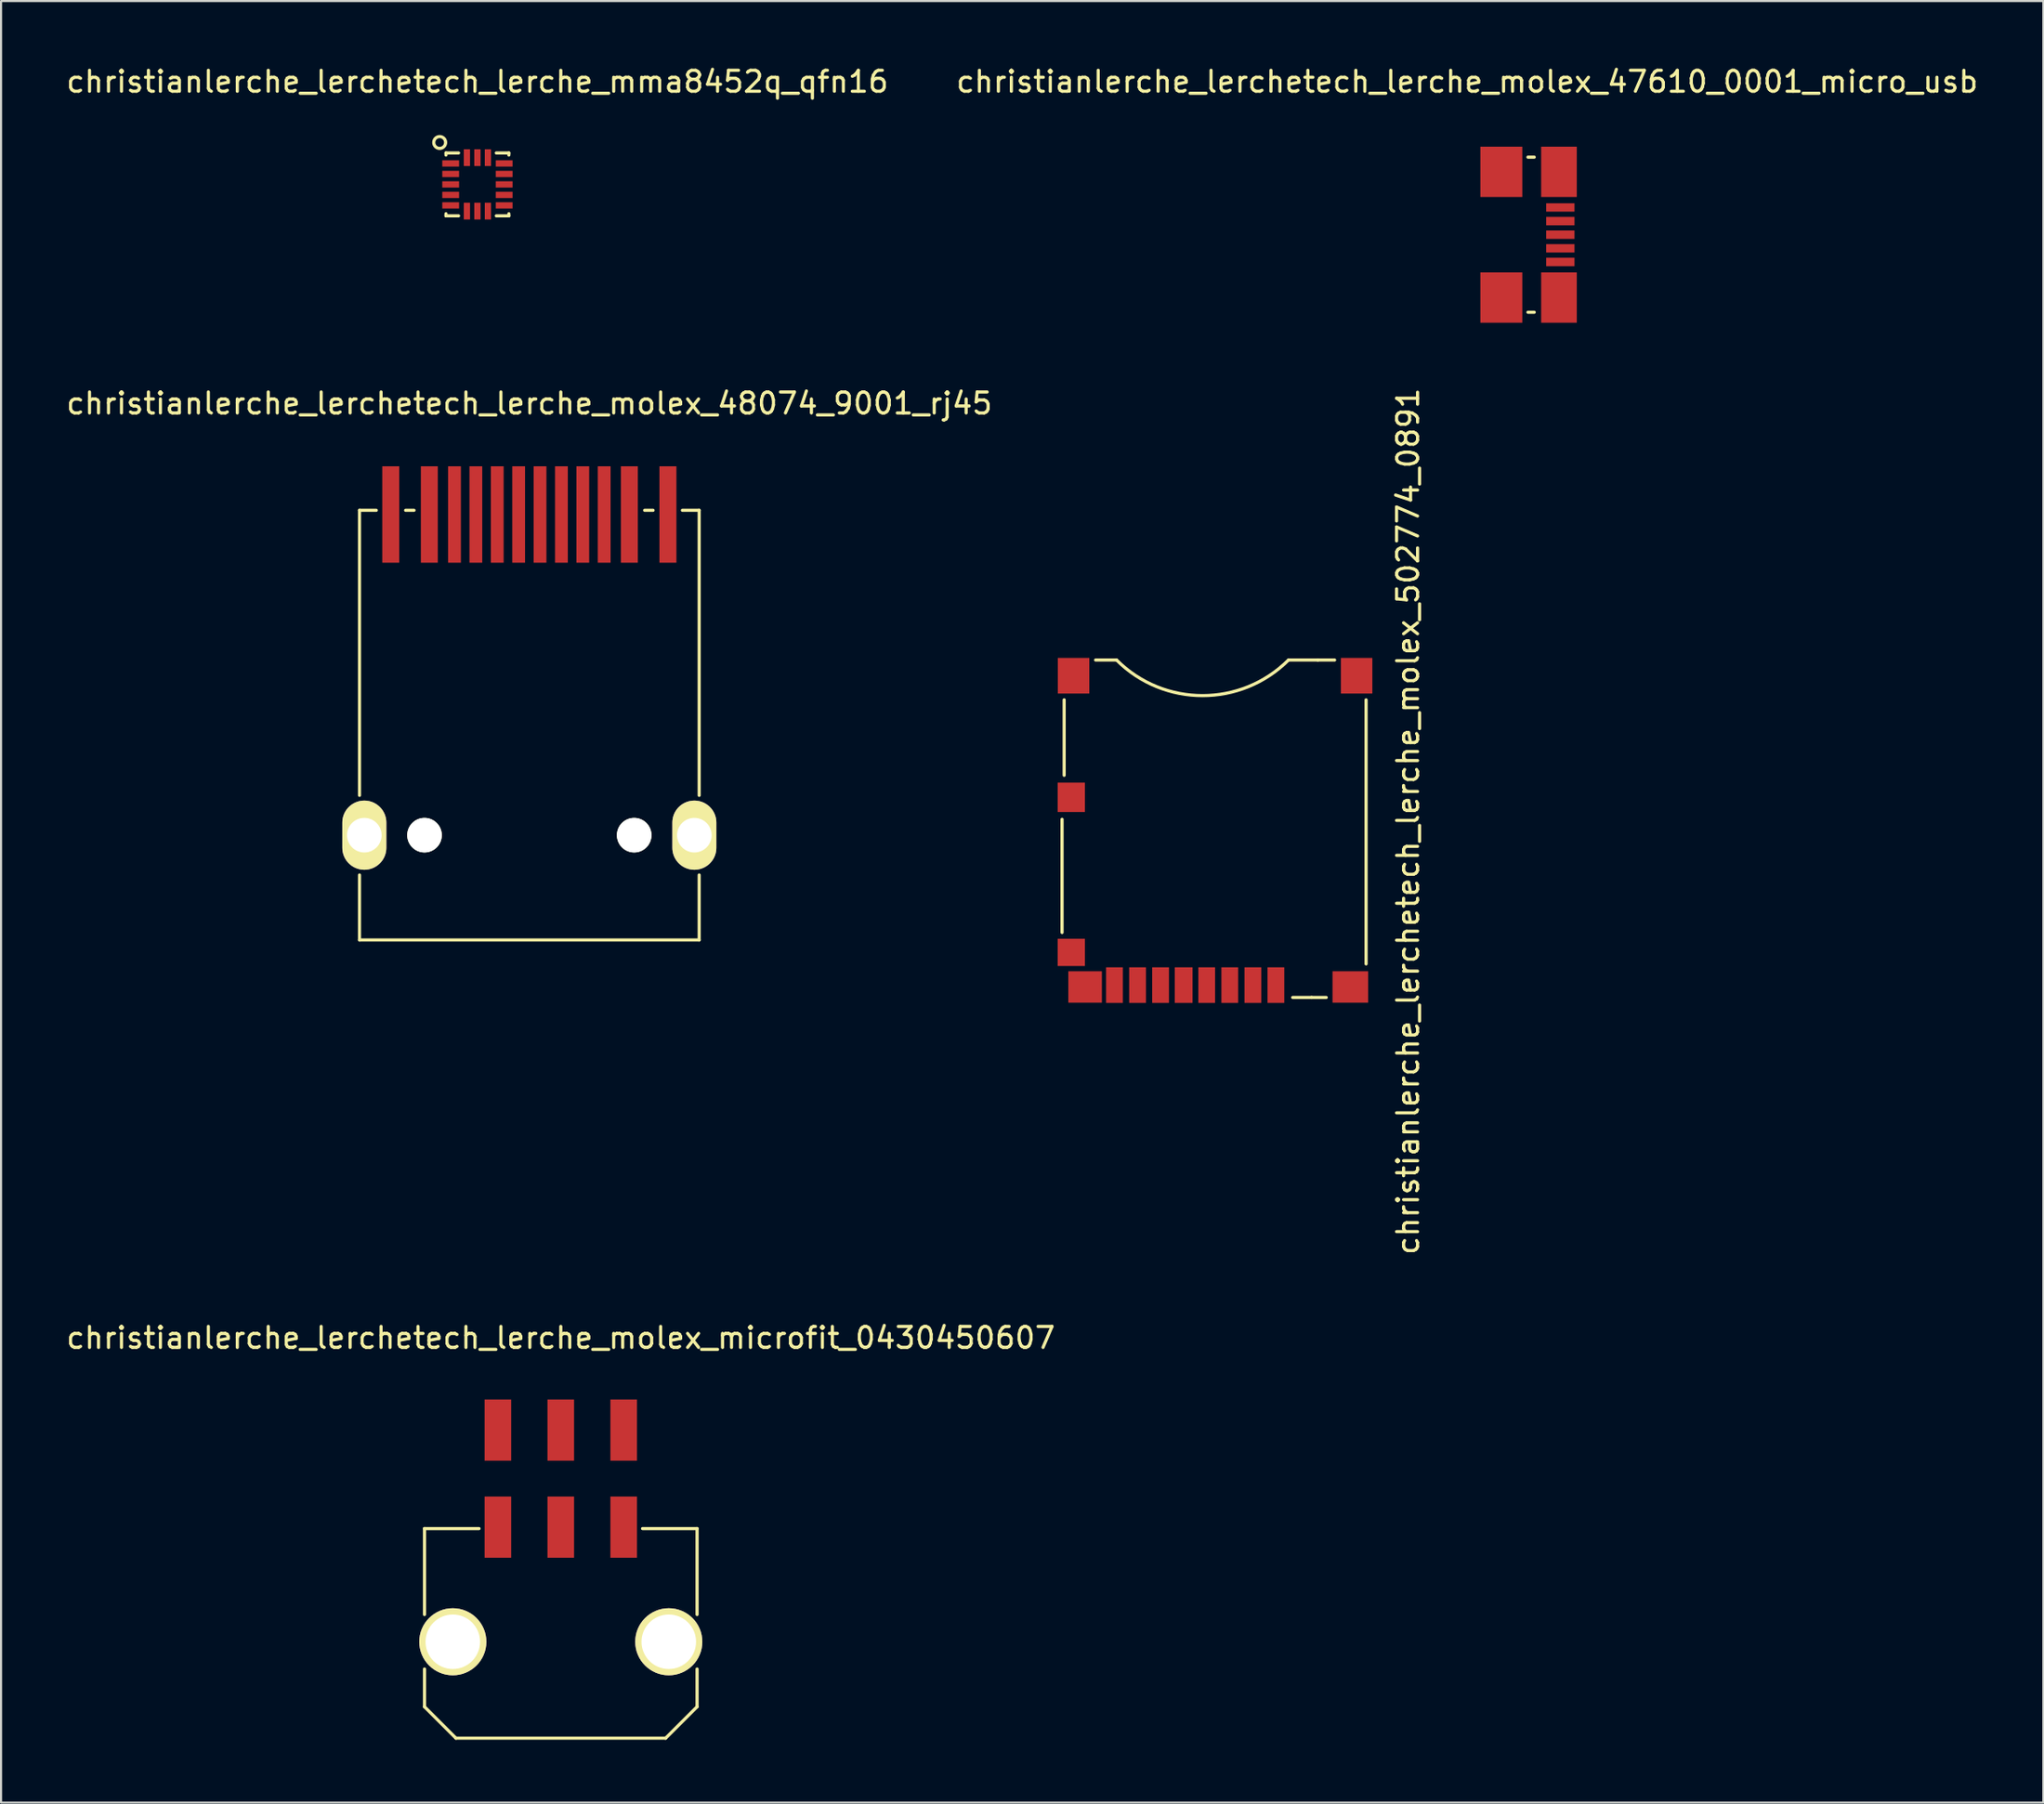
<source format=kicad_pcb>
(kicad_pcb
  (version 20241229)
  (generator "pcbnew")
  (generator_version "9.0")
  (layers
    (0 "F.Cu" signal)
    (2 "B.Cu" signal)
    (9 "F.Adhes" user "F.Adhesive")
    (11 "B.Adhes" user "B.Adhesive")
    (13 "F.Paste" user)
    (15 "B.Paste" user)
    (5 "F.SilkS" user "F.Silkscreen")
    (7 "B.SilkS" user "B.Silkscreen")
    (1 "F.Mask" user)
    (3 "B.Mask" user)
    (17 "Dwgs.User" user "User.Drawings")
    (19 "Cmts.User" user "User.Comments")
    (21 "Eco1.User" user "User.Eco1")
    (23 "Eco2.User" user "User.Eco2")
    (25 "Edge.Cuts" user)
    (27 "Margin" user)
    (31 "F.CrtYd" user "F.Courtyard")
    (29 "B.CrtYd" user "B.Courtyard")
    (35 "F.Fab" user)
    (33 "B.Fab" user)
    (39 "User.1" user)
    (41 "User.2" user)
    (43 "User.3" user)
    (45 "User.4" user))
  (footprint "christianlerche_lerchetech_lerche_mma8452q_qfn16"
    (layer "F.Cu")
    (at 19.72 5.748)
    (property "Reference" "christianlerche_lerchetech_lerche_mma8452q_qfn16" (at 0 -4.9 0) (layer "F.SilkS") (effects (font (size 1 1) (thickness 0.15))))
    (attr through_hole)
    (fp_line (start -1.5 -1.5) (end -1.5 -1.4) (stroke (width 0.15) (type solid)) (layer "F.SilkS"))
    (fp_line (start -1.5 -1.5) (end -0.9 -1.5) (stroke (width 0.15) (type solid)) (layer "F.SilkS"))
    (fp_line (start -1.5 1.5) (end -1.5 1.4) (stroke (width 0.15) (type solid)) (layer "F.SilkS"))
    (fp_line (start -1.5 1.5) (end -0.9 1.5) (stroke (width 0.15) (type solid)) (layer "F.SilkS"))
    (fp_line (start 0.9 1.5) (end 1.5 1.5) (stroke (width 0.15) (type solid)) (layer "F.SilkS"))
    (fp_line (start 1.5 -1.5) (end 0.9 -1.5) (stroke (width 0.15) (type solid)) (layer "F.SilkS"))
    (fp_line (start 1.5 -1.5) (end 1.5 -1.4) (stroke (width 0.15) (type solid)) (layer "F.SilkS"))
    (fp_line (start 1.5 1.5) (end 1.5 1.4) (stroke (width 0.15) (type solid)) (layer "F.SilkS"))
    (fp_circle (center -1.8 -2) (end -1.6 -1.8) (stroke (width 0.15) (type solid)) (fill no) (layer "F.SilkS"))
    (pad "1" smd rect (at -1.275 -1) (size 0.8 0.3) (layers "F.Cu" "F.Mask" "F.Paste"))
    (pad "2" smd rect (at -1.275 -0.5) (size 0.8 0.3) (layers "F.Cu" "F.Mask" "F.Paste"))
    (pad "3" smd rect (at -1.275 0) (size 0.8 0.3) (layers "F.Cu" "F.Mask" "F.Paste"))
    (pad "4" smd rect (at -1.275 0.5) (size 0.8 0.3) (layers "F.Cu" "F.Mask" "F.Paste"))
    (pad "5" smd rect (at -1.275 1) (size 0.8 0.3) (layers "F.Cu" "F.Mask" "F.Paste"))
    (pad "6" smd rect (at -0.5 1.275) (size 0.3 0.8) (layers "F.Cu" "F.Mask" "F.Paste"))
    (pad "7" smd rect (at 0 1.275) (size 0.3 0.8) (layers "F.Cu" "F.Mask" "F.Paste"))
    (pad "8" smd rect (at 0.5 1.275) (size 0.3 0.8) (layers "F.Cu" "F.Mask" "F.Paste"))
    (pad "9" smd rect (at 1.275 1) (size 0.8 0.3) (layers "F.Cu" "F.Mask" "F.Paste"))
    (pad "10" smd rect (at 1.275 0.5) (size 0.8 0.3) (layers "F.Cu" "F.Mask" "F.Paste"))
    (pad "11" smd rect (at 1.275 0) (size 0.8 0.3) (layers "F.Cu" "F.Mask" "F.Paste"))
    (pad "12" smd rect (at 1.275 -0.5) (size 0.8 0.3) (layers "F.Cu" "F.Mask" "F.Paste"))
    (pad "13" smd rect (at 1.275 -1) (size 0.8 0.3) (layers "F.Cu" "F.Mask" "F.Paste"))
    (pad "14" smd rect (at 0.5 -1.275) (size 0.3 0.8) (layers "F.Cu" "F.Mask" "F.Paste"))
    (pad "15" smd rect (at 0 -1.275) (size 0.3 0.8) (layers "F.Cu" "F.Mask" "F.Paste"))
    (pad "16" smd rect (at -0.5 -1.275) (size 0.3 0.8) (layers "F.Cu" "F.Mask" "F.Paste")))
  (footprint "christianlerche_lerchetech_lerche_molex_48074_9001_rj45"
    (layer "F.Cu")
    (at 22.196 36.797)
    (property "Reference" "christianlerche_lerchetech_lerche_molex_48074_9001_rj45" (at 0 -20.6 0) (layer "F.SilkS") (effects (font (size 1 1) (thickness 0.15))))
    (attr through_hole)
    (fp_line (start -8.1 -15.5) (end -7.3 -15.5) (stroke (width 0.15) (type solid)) (layer "F.SilkS"))
    (fp_line (start -8.1 -1.9) (end -8.1 -15.5) (stroke (width 0.15) (type solid)) (layer "F.SilkS"))
    (fp_line (start -8.1 5) (end -8.1 1.9) (stroke (width 0.15) (type solid)) (layer "F.SilkS"))
    (fp_line (start -5.9 -15.5) (end -5.5 -15.5) (stroke (width 0.15) (type solid)) (layer "F.SilkS"))
    (fp_line (start 5.9 -15.5) (end 5.5 -15.5) (stroke (width 0.15) (type solid)) (layer "F.SilkS"))
    (fp_line (start 8.1 -15.5) (end 7.3 -15.5) (stroke (width 0.15) (type solid)) (layer "F.SilkS"))
    (fp_line (start 8.1 -15.5) (end 8.1 -1.9) (stroke (width 0.15) (type solid)) (layer "F.SilkS"))
    (fp_line (start 8.1 5) (end -8.1 5) (stroke (width 0.15) (type solid)) (layer "F.SilkS"))
    (fp_line (start 8.1 5) (end 8.1 1.9) (stroke (width 0.15) (type solid)) (layer "F.SilkS"))
    (pad "" np_thru_hole circle (at -5 0) (size 1.65 1.65) (drill 1.65) (layers "*.Cu" "*.Mask" "F.SilkS"))
    (pad "" np_thru_hole circle (at 5 0) (size 1.65 1.65) (drill 1.65) (layers "*.Cu" "*.Mask" "F.SilkS"))
    (pad "P1" smd rect (at 6.61 -15.3) (size 0.81 4.6) (layers "F.Cu" "F.Mask" "F.Paste"))
    (pad "P2" smd rect (at 4.77 -15.3) (size 0.81 4.6) (layers "F.Cu" "F.Mask" "F.Paste"))
    (pad "P3" smd rect (at 3.57 -15.3) (size 0.61 4.6) (layers "F.Cu" "F.Mask" "F.Paste"))
    (pad "P4" smd rect (at 2.55 -15.3) (size 0.61 4.6) (layers "F.Cu" "F.Mask" "F.Paste"))
    (pad "P5" smd rect (at 1.53 -15.3) (size 0.61 4.6) (layers "F.Cu" "F.Mask" "F.Paste"))
    (pad "P6" smd rect (at 0.51 -15.3) (size 0.61 4.6) (layers "F.Cu" "F.Mask" "F.Paste"))
    (pad "P7" smd rect (at -0.51 -15.3) (size 0.61 4.6) (layers "F.Cu" "F.Mask" "F.Paste"))
    (pad "P8" smd rect (at -1.53 -15.3) (size 0.61 4.6) (layers "F.Cu" "F.Mask" "F.Paste"))
    (pad "P9" smd rect (at -2.55 -15.3) (size 0.61 4.6) (layers "F.Cu" "F.Mask" "F.Paste"))
    (pad "P10" smd rect (at -3.57 -15.3) (size 0.61 4.6) (layers "F.Cu" "F.Mask" "F.Paste"))
    (pad "P11" smd rect (at -4.77 -15.3) (size 0.81 4.6) (layers "F.Cu" "F.Mask" "F.Paste"))
    (pad "P12" smd rect (at -6.61 -15.3) (size 0.81 4.6) (layers "F.Cu" "F.Mask" "F.Paste"))
    (pad "SHIE" thru_hole oval (at -7.87 0) (size 2.1 3.3) (drill 1.65) (layers "*.Cu" "*.Mask" "F.SilkS"))
    (pad "SHIE" thru_hole oval (at 7.87 0) (size 2.1 3.3) (drill 1.65) (layers "*.Cu" "*.Mask" "F.SilkS")))
  (footprint "christianlerche_lerchetech_lerche_molex_47610_0001_micro_usb"
    (layer "F.Cu")
    (at 66.923 8.148)
    (property "Reference" "christianlerche_lerchetech_lerche_molex_47610_0001_micro_usb" (at 0 -7.3 0) (layer "F.SilkS") (effects (font (size 1 1) (thickness 0.15))))
    (attr through_hole)
    (fp_line (start 2.9 -3.7) (end 3.2 -3.7) (stroke (width 0.15) (type solid)) (layer "F.SilkS"))
    (fp_line (start 2.9 3.7) (end 3.2 3.7) (stroke (width 0.15) (type solid)) (layer "F.SilkS"))
    (pad "1" smd rect (at 4.445 -1.3) (size 1.35 0.4) (layers "F.Cu" "F.Mask" "F.Paste"))
    (pad "2" smd rect (at 4.445 -0.65) (size 1.35 0.4) (layers "F.Cu" "F.Mask" "F.Paste"))
    (pad "3" smd rect (at 4.445 0) (size 1.35 0.4) (layers "F.Cu" "F.Mask" "F.Paste"))
    (pad "4" smd rect (at 4.445 0.65) (size 1.35 0.4) (layers "F.Cu" "F.Mask" "F.Paste"))
    (pad "5" smd rect (at 4.445 1.3) (size 1.35 0.4) (layers "F.Cu" "F.Mask" "F.Paste"))
    (pad "SHIE" smd rect (at 1.63 -3) (size 2 2.4) (layers "F.Cu" "F.Mask" "F.Paste"))
    (pad "SHIE" smd rect (at 1.63 3) (size 2 2.4) (layers "F.Cu" "F.Mask" "F.Paste"))
    (pad "SHIE" smd rect (at 4.38 -3) (size 1.7 2.4) (layers "F.Cu" "F.Mask" "F.Paste"))
    (pad "SHIE" smd rect (at 4.38 3) (size 1.7 2.4) (layers "F.Cu" "F.Mask" "F.Paste")))
  (footprint "christianlerche_lerchetech_lerche_molex_microfit_0430450607"
    (layer "F.Cu")
    (at 23.696 75.28)
    (property "Reference" "christianlerche_lerchetech_lerche_molex_microfit_0430450607" (at 0 -14.5 0) (layer "F.SilkS") (effects (font (size 1 1) (thickness 0.15))))
    (attr through_hole)
    (fp_line (start -6.5 -5.4) (end -3.9 -5.4) (stroke (width 0.15) (type solid)) (layer "F.SilkS"))
    (fp_line (start -6.5 -1.3) (end -6.5 -5.4) (stroke (width 0.15) (type solid)) (layer "F.SilkS"))
    (fp_line (start -6.5 1.3) (end -6.5 3.1) (stroke (width 0.15) (type solid)) (layer "F.SilkS"))
    (fp_line (start -5 4.6) (end -6.5 3.1) (stroke (width 0.15) (type solid)) (layer "F.SilkS"))
    (fp_line (start -5 4.6) (end 5 4.6) (stroke (width 0.15) (type solid)) (layer "F.SilkS"))
    (fp_line (start 3.9 -5.4) (end 6.5 -5.4) (stroke (width 0.15) (type solid)) (layer "F.SilkS"))
    (fp_line (start 5 4.6) (end 6.5 3.1) (stroke (width 0.15) (type solid)) (layer "F.SilkS"))
    (fp_line (start 6.5 -5.4) (end 6.5 -1.3) (stroke (width 0.15) (type solid)) (layer "F.SilkS"))
    (fp_line (start 6.5 3.1) (end 6.5 1.3) (stroke (width 0.15) (type solid)) (layer "F.SilkS"))
    (pad "1" smd rect (at 3 -5.47) (size 1.27 2.92) (layers "F.Cu" "F.Mask" "F.Paste"))
    (pad "2" smd rect (at 0 -5.47) (size 1.27 2.92) (layers "F.Cu" "F.Mask" "F.Paste"))
    (pad "3" smd rect (at -3 -5.47) (size 1.27 2.92) (layers "F.Cu" "F.Mask" "F.Paste"))
    (pad "4" smd rect (at 3 -10.1) (size 1.27 2.92) (layers "F.Cu" "F.Mask" "F.Paste"))
    (pad "5" smd rect (at 0 -10.1) (size 1.27 2.92) (layers "F.Cu" "F.Mask" "F.Paste"))
    (pad "6" smd rect (at -3 -10.1) (size 1.27 2.92) (layers "F.Cu" "F.Mask" "F.Paste"))
    (pad "SHIE" thru_hole circle (at -5.15 0) (size 3.2 3.2) (drill 2.6) (layers "*.Cu" "*.Mask" "F.SilkS"))
    (pad "SHIE" thru_hole circle (at 5.15 0) (size 3.2 3.2) (drill 2.6) (layers "*.Cu" "*.Mask" "F.SilkS")))
  (footprint "christianlerche_lerchetech_lerche_molex_502774_0891"
    (layer "F.Cu")
    (at 54.403 36.14)
    (property "Reference" "christianlerche_lerchetech_lerche_molex_502774_0891" (at 9.7 0 90) (layer "F.SilkS") (effects (font (size 1 1) (thickness 0.15))))
    (attr through_hole)
    (fp_line (start -6.8 -0.1) (end -6.8 5.3) (stroke (width 0.15) (type solid)) (layer "F.SilkS"))
    (fp_line (start -6.7 -5.8) (end -6.7 -2.2) (stroke (width 0.15) (type solid)) (layer "F.SilkS"))
    (fp_line (start -4.2 -7.7) (end -5.2 -7.7) (stroke (width 0.15) (type solid)) (layer "F.SilkS"))
    (fp_line (start 4 -7.7) (end 5.4 -7.7) (stroke (width 0.15) (type solid)) (layer "F.SilkS"))
    (fp_line (start 5.1 8.4) (end 4.2 8.4) (stroke (width 0.15) (type solid)) (layer "F.SilkS"))
    (fp_line (start 5.1 8.4) (end 5.8 8.4) (stroke (width 0.15) (type solid)) (layer "F.SilkS"))
    (fp_line (start 5.4 -7.7) (end 6.2 -7.7) (stroke (width 0.15) (type solid)) (layer "F.SilkS"))
    (fp_line (start 7.7 6.8) (end 7.7 -5.8) (stroke (width 0.15) (type solid)) (layer "F.SilkS"))
    (fp_arc (start 4 -7.7) (mid -0.1 -6.001724) (end -4.2 -7.7) (stroke (width 0.15) (type solid)) (layer "F.SilkS"))
    (pad "1" smd rect (at 3.4 7.81) (size 0.8 1.7) (layers "F.Cu" "F.Mask" "F.Paste"))
    (pad "2" smd rect (at 2.3 7.81) (size 0.8 1.7) (layers "F.Cu" "F.Mask" "F.Paste"))
    (pad "3" smd rect (at 1.2 7.81) (size 0.8 1.7) (layers "F.Cu" "F.Mask" "F.Paste"))
    (pad "4" smd rect (at 0.1 7.81) (size 0.8 1.7) (layers "F.Cu" "F.Mask" "F.Paste"))
    (pad "5" smd rect (at -1 7.81) (size 0.85 1.7) (layers "F.Cu" "F.Mask" "F.Paste"))
    (pad "6" smd rect (at -2.1 7.81) (size 0.8 1.7) (layers "F.Cu" "F.Mask" "F.Paste"))
    (pad "7" smd rect (at -3.2 7.81) (size 0.8 1.7) (layers "F.Cu" "F.Mask" "F.Paste"))
    (pad "8" smd rect (at -4.3 7.81) (size 0.8 1.7) (layers "F.Cu" "F.Mask" "F.Paste"))
    (pad "9" smd rect (at -6.36 6.25) (size 1.3 1.3) (layers "F.Cu" "F.Mask" "F.Paste"))
    (pad "10" smd rect (at -6.36 -1.15) (size 1.3 1.4) (layers "F.Cu" "F.Mask" "F.Paste"))
    (pad "11" smd rect (at -5.7 7.9) (size 1.6 1.5) (layers "F.Cu" "F.Mask" "F.Paste"))
    (pad "12" smd rect (at -6.25 -6.95) (size 1.5 1.7) (layers "F.Cu" "F.Mask" "F.Paste"))
    (pad "13" smd rect (at 7.25 -6.95) (size 1.5 1.7) (layers "F.Cu" "F.Mask" "F.Paste"))
    (pad "14" smd rect (at 6.95 7.9) (size 1.7 1.5) (layers "F.Cu" "F.Mask" "F.Paste")))
  (gr_rect
    (start -3 -3)
    (end 94.405 82.955)
    (stroke (width 0.1) (type default))
    (fill no)
    (layer "Edge.Cuts")))
</source>
